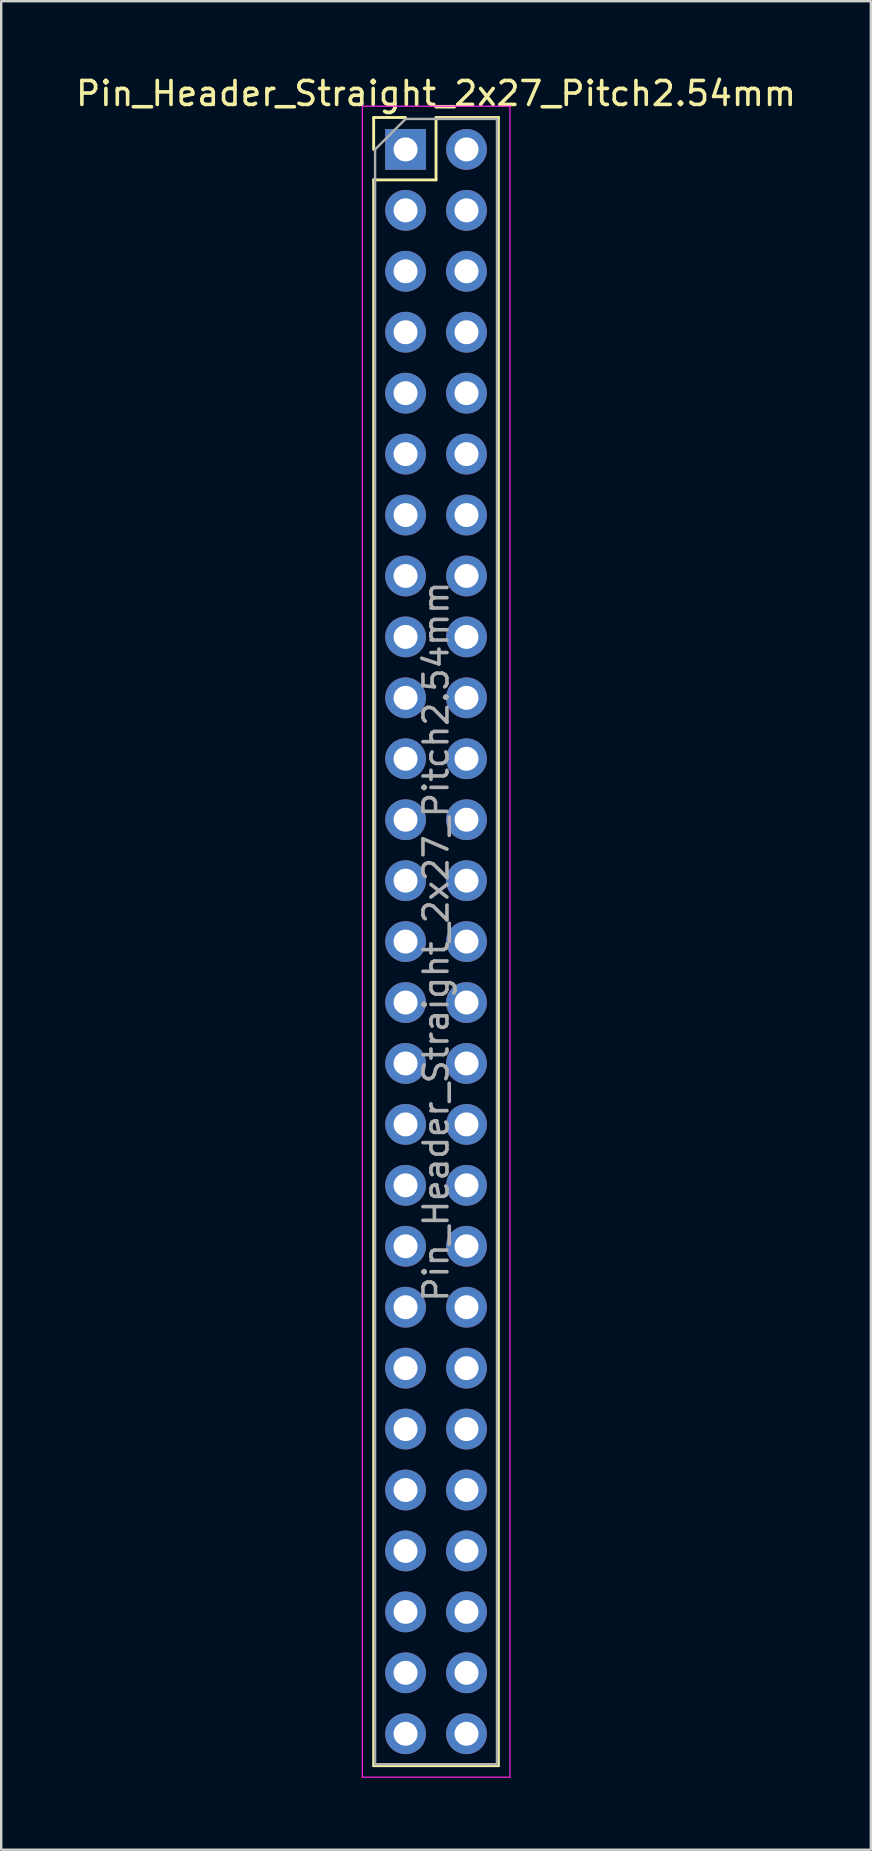
<source format=kicad_pcb>
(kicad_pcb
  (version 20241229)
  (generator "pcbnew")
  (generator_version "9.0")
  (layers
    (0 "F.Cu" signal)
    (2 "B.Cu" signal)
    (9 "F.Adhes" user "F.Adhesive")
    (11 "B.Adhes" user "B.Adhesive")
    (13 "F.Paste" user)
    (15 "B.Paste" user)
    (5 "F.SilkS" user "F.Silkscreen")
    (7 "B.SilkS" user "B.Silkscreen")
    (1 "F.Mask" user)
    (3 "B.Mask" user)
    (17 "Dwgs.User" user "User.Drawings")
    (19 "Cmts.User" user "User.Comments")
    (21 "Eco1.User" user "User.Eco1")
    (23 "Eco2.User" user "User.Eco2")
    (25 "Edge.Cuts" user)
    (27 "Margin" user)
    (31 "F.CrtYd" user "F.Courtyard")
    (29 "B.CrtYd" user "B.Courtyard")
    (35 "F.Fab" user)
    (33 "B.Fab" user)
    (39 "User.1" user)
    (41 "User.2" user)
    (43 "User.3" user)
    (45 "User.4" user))
  (footprint "Pin_Header_Straight_2x27_Pitch2.54mm"
    (layer "F.Cu")
    (at 13.855 3.178)
    (property "Reference" "Pin_Header_Straight_2x27_Pitch2.54mm" (at 1.27 -2.33 0) (layer "F.SilkS") (effects (font (size 1 1) (thickness 0.15))))
    (attr through_hole)
    (fp_line (start -1.33 -1.33) (end 0 -1.33) (stroke (width 0.12) (type solid)) (layer "F.SilkS"))
    (fp_line (start -1.33 0) (end -1.33 -1.33) (stroke (width 0.12) (type solid)) (layer "F.SilkS"))
    (fp_line (start -1.33 1.27) (end -1.33 67.37) (stroke (width 0.12) (type solid)) (layer "F.SilkS"))
    (fp_line (start -1.33 67.37) (end 3.87 67.37) (stroke (width 0.12) (type solid)) (layer "F.SilkS"))
    (fp_line (start 1.27 -1.33) (end 1.27 1.27) (stroke (width 0.12) (type solid)) (layer "F.SilkS"))
    (fp_line (start 1.27 1.27) (end -1.33 1.27) (stroke (width 0.12) (type solid)) (layer "F.SilkS"))
    (fp_line (start 3.87 -1.33) (end 1.27 -1.33) (stroke (width 0.12) (type solid)) (layer "F.SilkS"))
    (fp_line (start 3.87 67.37) (end 3.87 -1.33) (stroke (width 0.12) (type solid)) (layer "F.SilkS"))
    (fp_line (start -1.8 -1.8) (end -1.8 67.85) (stroke (width 0.05) (type solid)) (layer "F.CrtYd"))
    (fp_line (start -1.8 67.85) (end 4.35 67.85) (stroke (width 0.05) (type solid)) (layer "F.CrtYd"))
    (fp_line (start 4.35 -1.8) (end -1.8 -1.8) (stroke (width 0.05) (type solid)) (layer "F.CrtYd"))
    (fp_line (start 4.35 67.85) (end 4.35 -1.8) (stroke (width 0.05) (type solid)) (layer "F.CrtYd"))
    (fp_line (start -1.27 0) (end 0 -1.27) (stroke (width 0.1) (type solid)) (layer "F.Fab"))
    (fp_line (start -1.27 67.31) (end -1.27 0) (stroke (width 0.1) (type solid)) (layer "F.Fab"))
    (fp_line (start 0 -1.27) (end 3.81 -1.27) (stroke (width 0.1) (type solid)) (layer "F.Fab"))
    (fp_line (start 3.81 -1.27) (end 3.81 67.31) (stroke (width 0.1) (type solid)) (layer "F.Fab"))
    (fp_line (start 3.81 67.31) (end -1.27 67.31) (stroke (width 0.1) (type solid)) (layer "F.Fab"))
    (fp_text user "${REFERENCE}" (at 1.27 33.02 90) (layer "F.Fab") (effects (font (size 1 1) (thickness 0.15))))
    (pad "1" thru_hole rect (at 0 0) (size 1.7 1.7) (drill 1) (layers "*.Cu" "*.Mask"))
    (pad "2" thru_hole oval (at 2.54 0) (size 1.7 1.7) (drill 1) (layers "*.Cu" "*.Mask"))
    (pad "3" thru_hole oval (at 0 2.54) (size 1.7 1.7) (drill 1) (layers "*.Cu" "*.Mask"))
    (pad "4" thru_hole oval (at 2.54 2.54) (size 1.7 1.7) (drill 1) (layers "*.Cu" "*.Mask"))
    (pad "5" thru_hole oval (at 0 5.08) (size 1.7 1.7) (drill 1) (layers "*.Cu" "*.Mask"))
    (pad "6" thru_hole oval (at 2.54 5.08) (size 1.7 1.7) (drill 1) (layers "*.Cu" "*.Mask"))
    (pad "7" thru_hole oval (at 0 7.62) (size 1.7 1.7) (drill 1) (layers "*.Cu" "*.Mask"))
    (pad "8" thru_hole oval (at 2.54 7.62) (size 1.7 1.7) (drill 1) (layers "*.Cu" "*.Mask"))
    (pad "9" thru_hole oval (at 0 10.16) (size 1.7 1.7) (drill 1) (layers "*.Cu" "*.Mask"))
    (pad "10" thru_hole oval (at 2.54 10.16) (size 1.7 1.7) (drill 1) (layers "*.Cu" "*.Mask"))
    (pad "11" thru_hole oval (at 0 12.7) (size 1.7 1.7) (drill 1) (layers "*.Cu" "*.Mask"))
    (pad "12" thru_hole oval (at 2.54 12.7) (size 1.7 1.7) (drill 1) (layers "*.Cu" "*.Mask"))
    (pad "13" thru_hole oval (at 0 15.24) (size 1.7 1.7) (drill 1) (layers "*.Cu" "*.Mask"))
    (pad "14" thru_hole oval (at 2.54 15.24) (size 1.7 1.7) (drill 1) (layers "*.Cu" "*.Mask"))
    (pad "15" thru_hole oval (at 0 17.78) (size 1.7 1.7) (drill 1) (layers "*.Cu" "*.Mask"))
    (pad "16" thru_hole oval (at 2.54 17.78) (size 1.7 1.7) (drill 1) (layers "*.Cu" "*.Mask"))
    (pad "17" thru_hole oval (at 0 20.32) (size 1.7 1.7) (drill 1) (layers "*.Cu" "*.Mask"))
    (pad "18" thru_hole oval (at 2.54 20.32) (size 1.7 1.7) (drill 1) (layers "*.Cu" "*.Mask"))
    (pad "19" thru_hole oval (at 0 22.86) (size 1.7 1.7) (drill 1) (layers "*.Cu" "*.Mask"))
    (pad "20" thru_hole oval (at 2.54 22.86) (size 1.7 1.7) (drill 1) (layers "*.Cu" "*.Mask"))
    (pad "21" thru_hole oval (at 0 25.4) (size 1.7 1.7) (drill 1) (layers "*.Cu" "*.Mask"))
    (pad "22" thru_hole oval (at 2.54 25.4) (size 1.7 1.7) (drill 1) (layers "*.Cu" "*.Mask"))
    (pad "23" thru_hole oval (at 0 27.94) (size 1.7 1.7) (drill 1) (layers "*.Cu" "*.Mask"))
    (pad "24" thru_hole oval (at 2.54 27.94) (size 1.7 1.7) (drill 1) (layers "*.Cu" "*.Mask"))
    (pad "25" thru_hole oval (at 0 30.48) (size 1.7 1.7) (drill 1) (layers "*.Cu" "*.Mask"))
    (pad "26" thru_hole oval (at 2.54 30.48) (size 1.7 1.7) (drill 1) (layers "*.Cu" "*.Mask"))
    (pad "27" thru_hole oval (at 0 33.02) (size 1.7 1.7) (drill 1) (layers "*.Cu" "*.Mask"))
    (pad "28" thru_hole oval (at 2.54 33.02) (size 1.7 1.7) (drill 1) (layers "*.Cu" "*.Mask"))
    (pad "29" thru_hole oval (at 0 35.56) (size 1.7 1.7) (drill 1) (layers "*.Cu" "*.Mask"))
    (pad "30" thru_hole oval (at 2.54 35.56) (size 1.7 1.7) (drill 1) (layers "*.Cu" "*.Mask"))
    (pad "31" thru_hole oval (at 0 38.1) (size 1.7 1.7) (drill 1) (layers "*.Cu" "*.Mask"))
    (pad "32" thru_hole oval (at 2.54 38.1) (size 1.7 1.7) (drill 1) (layers "*.Cu" "*.Mask"))
    (pad "33" thru_hole oval (at 0 40.64) (size 1.7 1.7) (drill 1) (layers "*.Cu" "*.Mask"))
    (pad "34" thru_hole oval (at 2.54 40.64) (size 1.7 1.7) (drill 1) (layers "*.Cu" "*.Mask"))
    (pad "35" thru_hole oval (at 0 43.18) (size 1.7 1.7) (drill 1) (layers "*.Cu" "*.Mask"))
    (pad "36" thru_hole oval (at 2.54 43.18) (size 1.7 1.7) (drill 1) (layers "*.Cu" "*.Mask"))
    (pad "37" thru_hole oval (at 0 45.72) (size 1.7 1.7) (drill 1) (layers "*.Cu" "*.Mask"))
    (pad "38" thru_hole oval (at 2.54 45.72) (size 1.7 1.7) (drill 1) (layers "*.Cu" "*.Mask"))
    (pad "39" thru_hole oval (at 0 48.26) (size 1.7 1.7) (drill 1) (layers "*.Cu" "*.Mask"))
    (pad "40" thru_hole oval (at 2.54 48.26) (size 1.7 1.7) (drill 1) (layers "*.Cu" "*.Mask"))
    (pad "41" thru_hole oval (at 0 50.8) (size 1.7 1.7) (drill 1) (layers "*.Cu" "*.Mask"))
    (pad "42" thru_hole oval (at 2.54 50.8) (size 1.7 1.7) (drill 1) (layers "*.Cu" "*.Mask"))
    (pad "43" thru_hole oval (at 0 53.34) (size 1.7 1.7) (drill 1) (layers "*.Cu" "*.Mask"))
    (pad "44" thru_hole oval (at 2.54 53.34) (size 1.7 1.7) (drill 1) (layers "*.Cu" "*.Mask"))
    (pad "45" thru_hole oval (at 0 55.88) (size 1.7 1.7) (drill 1) (layers "*.Cu" "*.Mask"))
    (pad "46" thru_hole oval (at 2.54 55.88) (size 1.7 1.7) (drill 1) (layers "*.Cu" "*.Mask"))
    (pad "47" thru_hole oval (at 0 58.42) (size 1.7 1.7) (drill 1) (layers "*.Cu" "*.Mask"))
    (pad "48" thru_hole oval (at 2.54 58.42) (size 1.7 1.7) (drill 1) (layers "*.Cu" "*.Mask"))
    (pad "49" thru_hole oval (at 0 60.96) (size 1.7 1.7) (drill 1) (layers "*.Cu" "*.Mask"))
    (pad "50" thru_hole oval (at 2.54 60.96) (size 1.7 1.7) (drill 1) (layers "*.Cu" "*.Mask"))
    (pad "51" thru_hole oval (at 0 63.5) (size 1.7 1.7) (drill 1) (layers "*.Cu" "*.Mask"))
    (pad "52" thru_hole oval (at 2.54 63.5) (size 1.7 1.7) (drill 1) (layers "*.Cu" "*.Mask"))
    (pad "53" thru_hole oval (at 0 66.04) (size 1.7 1.7) (drill 1) (layers "*.Cu" "*.Mask"))
    (pad "54" thru_hole oval (at 2.54 66.04) (size 1.7 1.7) (drill 1) (layers "*.Cu" "*.Mask")))
  (gr_rect
    (start -3 -3)
    (end 33.25 74.053)
    (stroke (width 0.1) (type default))
    (fill no)
    (layer "Edge.Cuts")))
</source>
